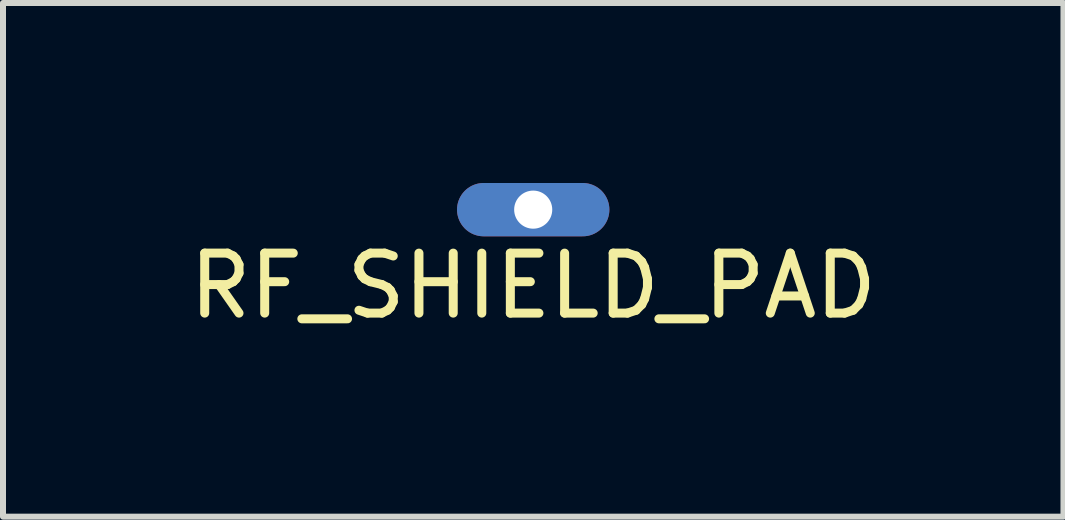
<source format=kicad_pcb>
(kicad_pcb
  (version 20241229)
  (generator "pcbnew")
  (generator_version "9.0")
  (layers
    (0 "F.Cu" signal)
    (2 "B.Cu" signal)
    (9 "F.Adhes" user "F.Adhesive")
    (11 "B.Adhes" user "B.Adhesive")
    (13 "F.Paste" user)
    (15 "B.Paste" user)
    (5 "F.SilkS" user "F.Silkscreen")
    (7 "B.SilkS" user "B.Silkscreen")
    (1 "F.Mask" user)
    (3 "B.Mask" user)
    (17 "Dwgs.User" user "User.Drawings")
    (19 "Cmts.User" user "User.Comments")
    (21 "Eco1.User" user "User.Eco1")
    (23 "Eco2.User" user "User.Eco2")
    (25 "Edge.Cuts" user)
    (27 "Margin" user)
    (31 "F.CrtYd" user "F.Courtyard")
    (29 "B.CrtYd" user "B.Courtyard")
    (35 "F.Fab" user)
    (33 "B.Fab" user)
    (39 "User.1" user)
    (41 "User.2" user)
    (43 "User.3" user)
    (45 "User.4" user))
  (footprint "RF_SHIELD_PAD"
    (layer "F.Cu")
    (at 5.839 0.445)
    (property "Reference" "RF_SHIELD_PAD" (at 0 1.27 0) (layer "F.SilkS") (effects (font (size 1 1) (thickness 0.15))))
    (attr through_hole)
    (pad "1" thru_hole oval (at 0 0) (size 2.54 0.889) (drill 0.635) (layers "*.Cu" "*.Mask")))
  (gr_rect
    (start -3 -3)
    (end 14.679 5.563)
    (stroke (width 0.1) (type default))
    (fill no)
    (layer "Edge.Cuts")))
</source>
